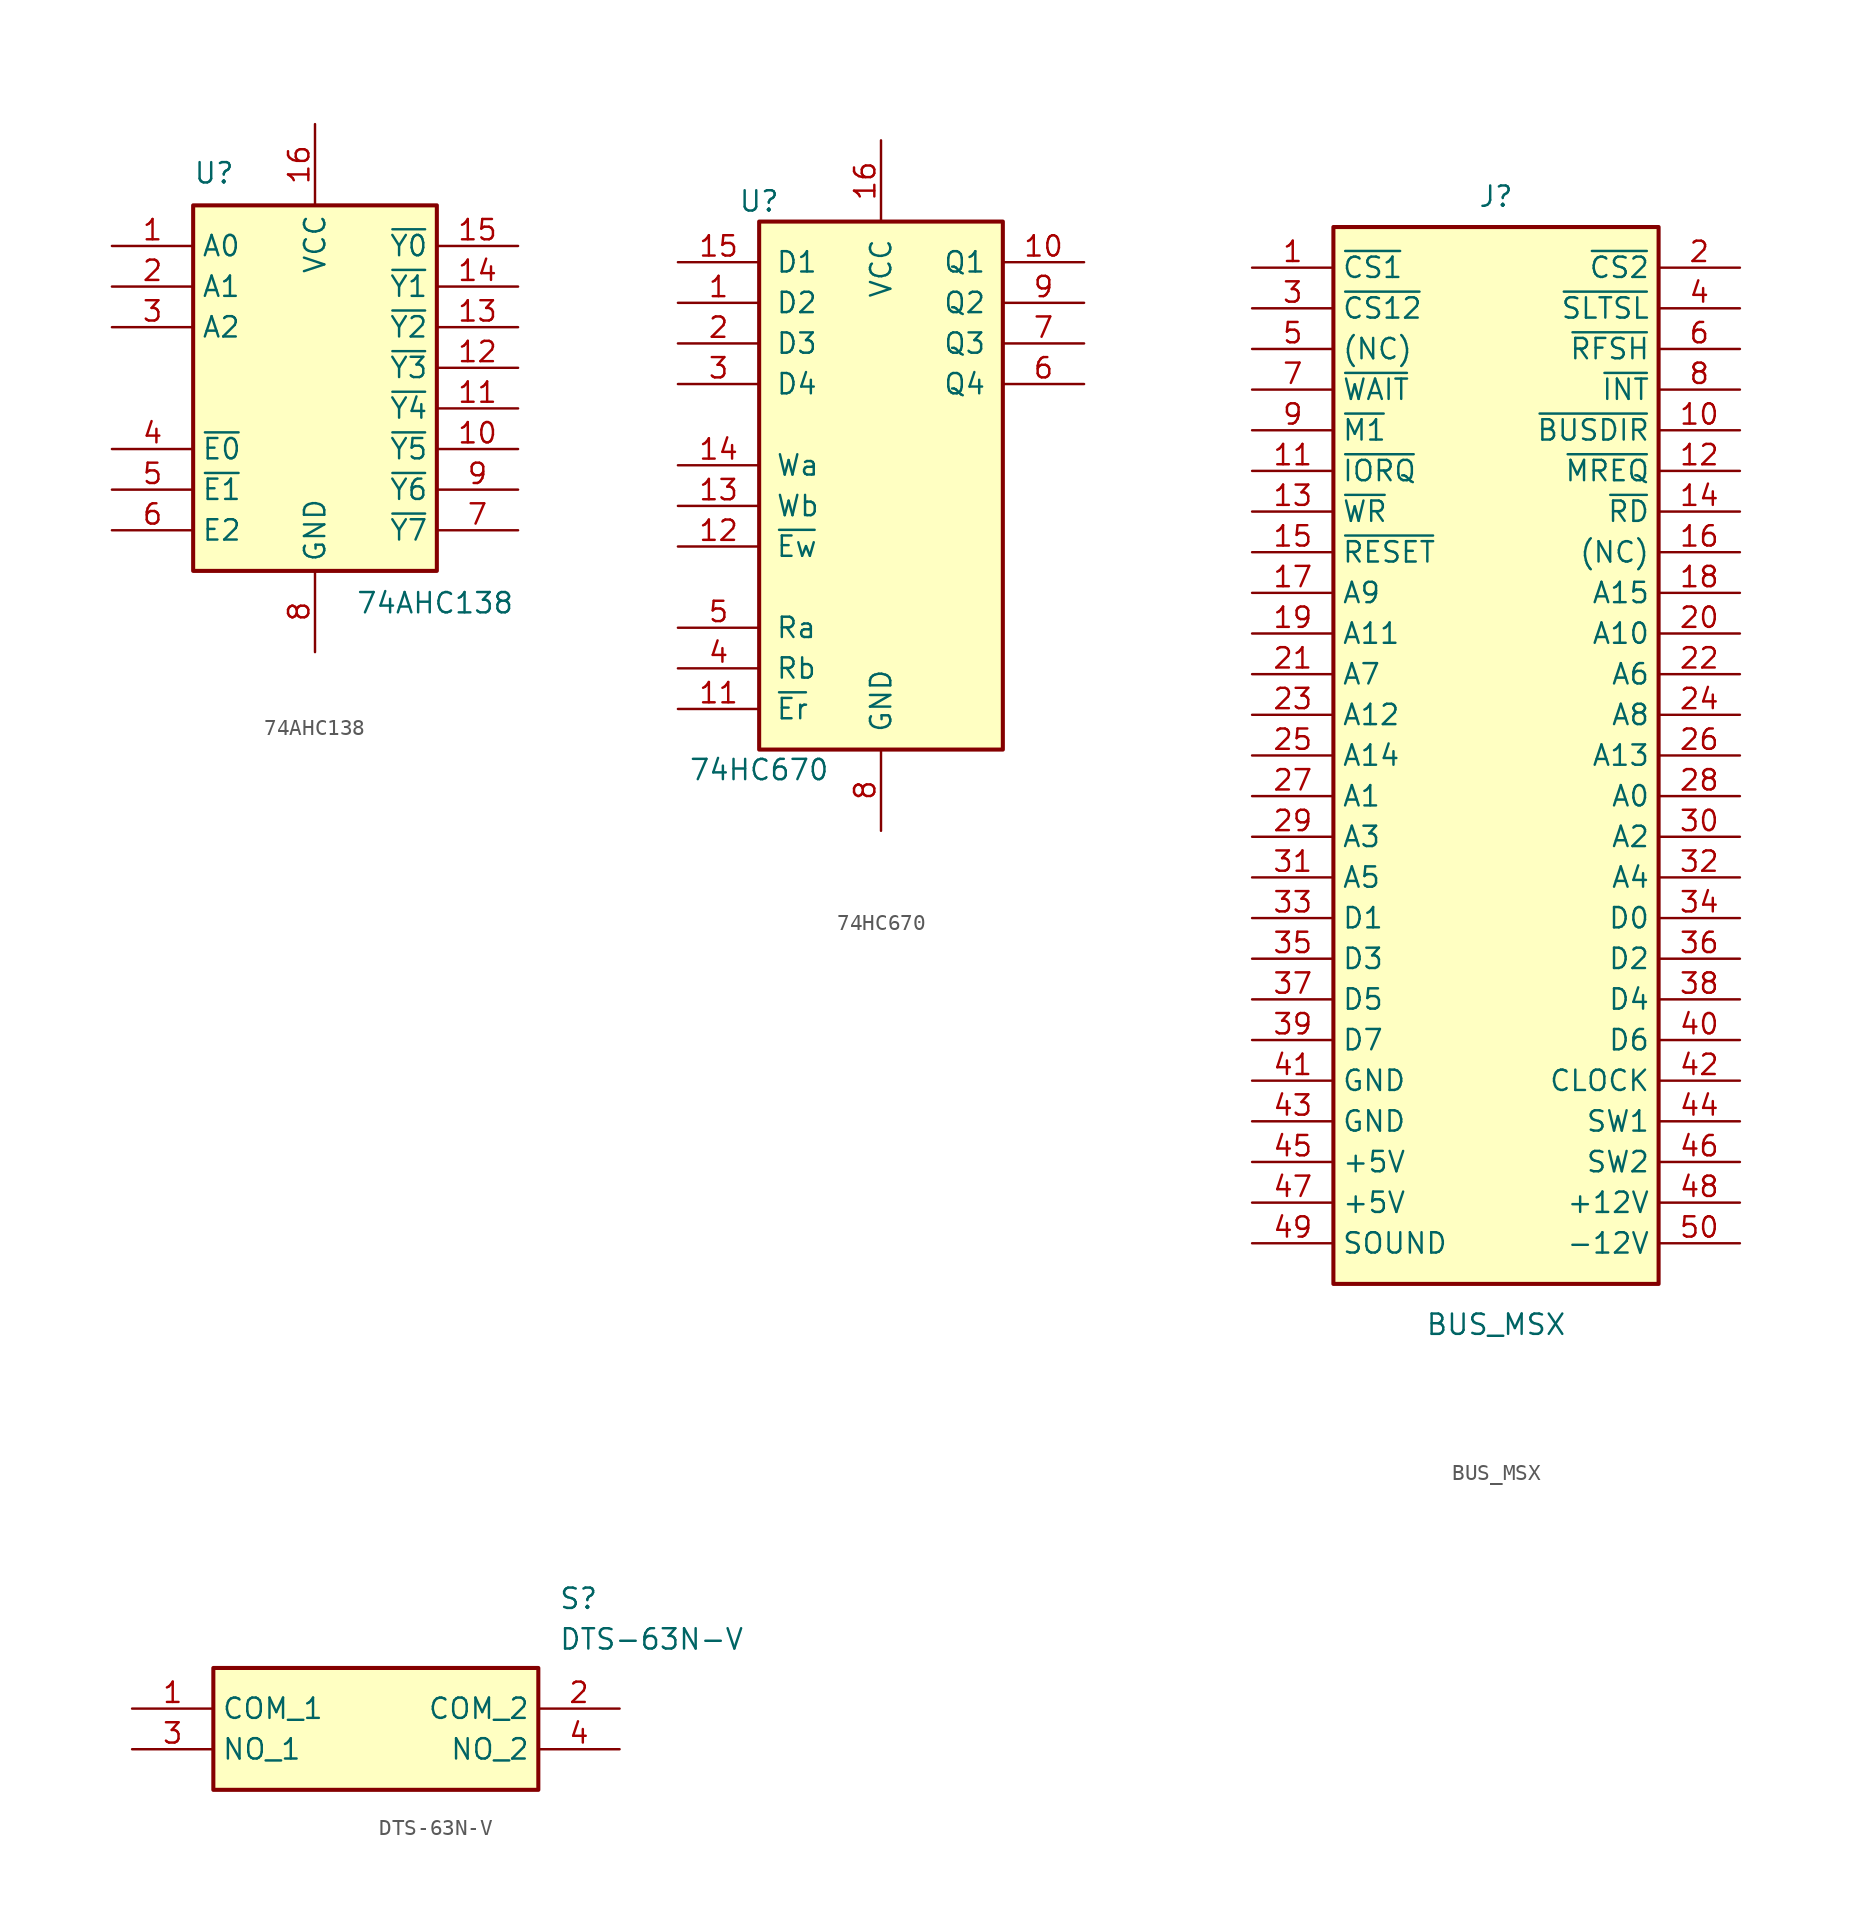
<source format=kicad_sym>
(kicad_symbol_lib
  (version 20220914)
  (generator kicad_symbol_editor)
  (symbol "74AHC138"
    (property "Reference" "U"
      (at -7.62 13.97 0)
      (effects (font (size 1.27 1.27)) (justify left bottom)))
    (property "Value" "74AHC138"
      (at 2.54 -11.43 0)
      (effects (font (size 1.27 1.27)) (justify left top)))
    (symbol "74AHC138_0_1"
      (rectangle (start -7.62 12.7) (end 7.62 -10.16) (stroke (width 0.254) (type default)) (fill (type background))))
    (symbol "74AHC138_1_1"
      (pin input line (at -12.7 10.16 0) (length 5.08) (name "A0" (effects (font (size 1.27 1.27)))) (number "1" (effects (font (size 1.27 1.27)))))
      (pin output line (at 12.7 -2.54 180) (length 5.08) (name "~{Y5}" (effects (font (size 1.27 1.27)))) (number "10" (effects (font (size 1.27 1.27)))))
      (pin output line (at 12.7 0 180) (length 5.08) (name "~{Y4}" (effects (font (size 1.27 1.27)))) (number "11" (effects (font (size 1.27 1.27)))))
      (pin output line (at 12.7 2.54 180) (length 5.08) (name "~{Y3}" (effects (font (size 1.27 1.27)))) (number "12" (effects (font (size 1.27 1.27)))))
      (pin output line (at 12.7 5.08 180) (length 5.08) (name "~{Y2}" (effects (font (size 1.27 1.27)))) (number "13" (effects (font (size 1.27 1.27)))))
      (pin output line (at 12.7 7.62 180) (length 5.08) (name "~{Y1}" (effects (font (size 1.27 1.27)))) (number "14" (effects (font (size 1.27 1.27)))))
      (pin output line (at 12.7 10.16 180) (length 5.08) (name "~{Y0}" (effects (font (size 1.27 1.27)))) (number "15" (effects (font (size 1.27 1.27)))))
      (pin power_in line (at 0 17.78 270) (length 5.08) (name "VCC" (effects (font (size 1.27 1.27)))) (number "16" (effects (font (size 1.27 1.27)))))
      (pin input line (at -12.7 7.62 0) (length 5.08) (name "A1" (effects (font (size 1.27 1.27)))) (number "2" (effects (font (size 1.27 1.27)))))
      (pin input line (at -12.7 5.08 0) (length 5.08) (name "A2" (effects (font (size 1.27 1.27)))) (number "3" (effects (font (size 1.27 1.27)))))
      (pin input line (at -12.7 -2.54 0) (length 5.08) (name "~{E0}" (effects (font (size 1.27 1.27)))) (number "4" (effects (font (size 1.27 1.27)))))
      (pin input line (at -12.7 -5.08 0) (length 5.08) (name "~{E1}" (effects (font (size 1.27 1.27)))) (number "5" (effects (font (size 1.27 1.27)))))
      (pin input line (at -12.7 -7.62 0) (length 5.08) (name "E2" (effects (font (size 1.27 1.27)))) (number "6" (effects (font (size 1.27 1.27)))))
      (pin output line (at 12.7 -7.62 180) (length 5.08) (name "~{Y7}" (effects (font (size 1.27 1.27)))) (number "7" (effects (font (size 1.27 1.27)))))
      (pin power_in line (at 0 -15.24 90) (length 5.08) (name "GND" (effects (font (size 1.27 1.27)))) (number "8" (effects (font (size 1.27 1.27)))))
      (pin output line (at 12.7 -5.08 180) (length 5.08) (name "~{Y6}" (effects (font (size 1.27 1.27)))) (number "9" (effects (font (size 1.27 1.27)))))))
  (symbol "74HC670"
    (pin_names
      (offset 1.016))
    (property "Reference" "U"
      (at -7.62 16.51 0)
      (effects (font (size 1.27 1.27))))
    (property "Value" "74HC670"
      (at -7.62 -19.05 0)
      (effects (font (size 1.27 1.27))))
    (symbol "74HC670_1_0"
      (pin input line (at -12.7 10.16 0) (length 5.08) (name "D2" (effects (font (size 1.27 1.27)))) (number "1" (effects (font (size 1.27 1.27)))))
      (pin tri_state line (at 12.7 12.7 180) (length 5.08) (name "Q1" (effects (font (size 1.27 1.27)))) (number "10" (effects (font (size 1.27 1.27)))))
      (pin input line (at -12.7 -15.24 0) (length 5.08) (name "~{Er}" (effects (font (size 1.27 1.27)))) (number "11" (effects (font (size 1.27 1.27)))))
      (pin input line (at -12.7 -5.08 0) (length 5.08) (name "~{Ew}" (effects (font (size 1.27 1.27)))) (number "12" (effects (font (size 1.27 1.27)))))
      (pin input line (at -12.7 -2.54 0) (length 5.08) (name "Wb" (effects (font (size 1.27 1.27)))) (number "13" (effects (font (size 1.27 1.27)))))
      (pin input line (at -12.7 0 0) (length 5.08) (name "Wa" (effects (font (size 1.27 1.27)))) (number "14" (effects (font (size 1.27 1.27)))))
      (pin input line (at -12.7 12.7 0) (length 5.08) (name "D1" (effects (font (size 1.27 1.27)))) (number "15" (effects (font (size 1.27 1.27)))))
      (pin power_in line (at 0 20.32 270) (length 5.08) (name "VCC" (effects (font (size 1.27 1.27)))) (number "16" (effects (font (size 1.27 1.27)))))
      (pin input line (at -12.7 7.62 0) (length 5.08) (name "D3" (effects (font (size 1.27 1.27)))) (number "2" (effects (font (size 1.27 1.27)))))
      (pin input line (at -12.7 5.08 0) (length 5.08) (name "D4" (effects (font (size 1.27 1.27)))) (number "3" (effects (font (size 1.27 1.27)))))
      (pin input line (at -12.7 -12.7 0) (length 5.08) (name "Rb" (effects (font (size 1.27 1.27)))) (number "4" (effects (font (size 1.27 1.27)))))
      (pin input line (at -12.7 -10.16 0) (length 5.08) (name "Ra" (effects (font (size 1.27 1.27)))) (number "5" (effects (font (size 1.27 1.27)))))
      (pin tri_state line (at 12.7 5.08 180) (length 5.08) (name "Q4" (effects (font (size 1.27 1.27)))) (number "6" (effects (font (size 1.27 1.27)))))
      (pin tri_state line (at 12.7 7.62 180) (length 5.08) (name "Q3" (effects (font (size 1.27 1.27)))) (number "7" (effects (font (size 1.27 1.27)))))
      (pin power_in line (at 0 -22.86 90) (length 5.08) (name "GND" (effects (font (size 1.27 1.27)))) (number "8" (effects (font (size 1.27 1.27)))))
      (pin tri_state line (at 12.7 10.16 180) (length 5.08) (name "Q2" (effects (font (size 1.27 1.27)))) (number "9" (effects (font (size 1.27 1.27))))))
    (symbol "74HC670_1_1"
      (rectangle (start -7.62 15.24) (end 7.62 -17.78) (stroke (width 0.254) (type default)) (fill (type background)))))
  (symbol "BUS_MSX"
    (property "Reference" "J"
      (at 0 42.545 0)
      (effects (font (size 1.27 1.27))))
    (property "Value" "BUS_MSX"
      (at 0 -27.94 0)
      (effects (font (size 1.27 1.27))))
    (symbol "BUS_MSX_0_1"
      (rectangle (start -10.16 40.64) (end 10.16 -25.4) (stroke (width 0.254) (type default)) (fill (type background))))
    (symbol "BUS_MSX_1_1"
      (pin passive line (at -15.24 38.1 0) (length 5.08) (name "~{CS1}" (effects (font (size 1.27 1.27)))) (number "1" (effects (font (size 1.27 1.27)))))
      (pin passive line (at 15.24 27.94 180) (length 5.08) (name "~{BUSDIR}" (effects (font (size 1.27 1.27)))) (number "10" (effects (font (size 1.27 1.27)))))
      (pin passive line (at -15.24 25.4 0) (length 5.08) (name "~{IORQ}" (effects (font (size 1.27 1.27)))) (number "11" (effects (font (size 1.27 1.27)))))
      (pin passive line (at 15.24 25.4 180) (length 5.08) (name "~{MREQ}" (effects (font (size 1.27 1.27)))) (number "12" (effects (font (size 1.27 1.27)))))
      (pin passive line (at -15.24 22.86 0) (length 5.08) (name "~{WR}" (effects (font (size 1.27 1.27)))) (number "13" (effects (font (size 1.27 1.27)))))
      (pin passive line (at 15.24 22.86 180) (length 5.08) (name "~{RD}" (effects (font (size 1.27 1.27)))) (number "14" (effects (font (size 1.27 1.27)))))
      (pin passive line (at -15.24 20.32 0) (length 5.08) (name "~{RESET}" (effects (font (size 1.27 1.27)))) (number "15" (effects (font (size 1.27 1.27)))))
      (pin passive line (at 15.24 20.32 180) (length 5.08) (name "(NC)" (effects (font (size 1.27 1.27)))) (number "16" (effects (font (size 1.27 1.27)))))
      (pin passive line (at -15.24 17.78 0) (length 5.08) (name "A9" (effects (font (size 1.27 1.27)))) (number "17" (effects (font (size 1.27 1.27)))))
      (pin passive line (at 15.24 17.78 180) (length 5.08) (name "A15" (effects (font (size 1.27 1.27)))) (number "18" (effects (font (size 1.27 1.27)))))
      (pin passive line (at -15.24 15.24 0) (length 5.08) (name "A11" (effects (font (size 1.27 1.27)))) (number "19" (effects (font (size 1.27 1.27)))))
      (pin passive line (at 15.24 38.1 180) (length 5.08) (name "~{CS2}" (effects (font (size 1.27 1.27)))) (number "2" (effects (font (size 1.27 1.27)))))
      (pin passive line (at 15.24 15.24 180) (length 5.08) (name "A10" (effects (font (size 1.27 1.27)))) (number "20" (effects (font (size 1.27 1.27)))))
      (pin passive line (at -15.24 12.7 0) (length 5.08) (name "A7" (effects (font (size 1.27 1.27)))) (number "21" (effects (font (size 1.27 1.27)))))
      (pin passive line (at 15.24 12.7 180) (length 5.08) (name "A6" (effects (font (size 1.27 1.27)))) (number "22" (effects (font (size 1.27 1.27)))))
      (pin passive line (at -15.24 10.16 0) (length 5.08) (name "A12" (effects (font (size 1.27 1.27)))) (number "23" (effects (font (size 1.27 1.27)))))
      (pin passive line (at 15.24 10.16 180) (length 5.08) (name "A8" (effects (font (size 1.27 1.27)))) (number "24" (effects (font (size 1.27 1.27)))))
      (pin passive line (at -15.24 7.62 0) (length 5.08) (name "A14" (effects (font (size 1.27 1.27)))) (number "25" (effects (font (size 1.27 1.27)))))
      (pin passive line (at 15.24 7.62 180) (length 5.08) (name "A13" (effects (font (size 1.27 1.27)))) (number "26" (effects (font (size 1.27 1.27)))))
      (pin passive line (at -15.24 5.08 0) (length 5.08) (name "A1" (effects (font (size 1.27 1.27)))) (number "27" (effects (font (size 1.27 1.27)))))
      (pin passive line (at 15.24 5.08 180) (length 5.08) (name "A0" (effects (font (size 1.27 1.27)))) (number "28" (effects (font (size 1.27 1.27)))))
      (pin passive line (at -15.24 2.54 0) (length 5.08) (name "A3" (effects (font (size 1.27 1.27)))) (number "29" (effects (font (size 1.27 1.27)))))
      (pin passive line (at -15.24 35.56 0) (length 5.08) (name "~{CS12}" (effects (font (size 1.27 1.27)))) (number "3" (effects (font (size 1.27 1.27)))))
      (pin passive line (at 15.24 2.54 180) (length 5.08) (name "A2" (effects (font (size 1.27 1.27)))) (number "30" (effects (font (size 1.27 1.27)))))
      (pin passive line (at -15.24 0 0) (length 5.08) (name "A5" (effects (font (size 1.27 1.27)))) (number "31" (effects (font (size 1.27 1.27)))))
      (pin passive line (at 15.24 0 180) (length 5.08) (name "A4" (effects (font (size 1.27 1.27)))) (number "32" (effects (font (size 1.27 1.27)))))
      (pin passive line (at -15.24 -2.54 0) (length 5.08) (name "D1" (effects (font (size 1.27 1.27)))) (number "33" (effects (font (size 1.27 1.27)))))
      (pin passive line (at 15.24 -2.54 180) (length 5.08) (name "D0" (effects (font (size 1.27 1.27)))) (number "34" (effects (font (size 1.27 1.27)))))
      (pin passive line (at -15.24 -5.08 0) (length 5.08) (name "D3" (effects (font (size 1.27 1.27)))) (number "35" (effects (font (size 1.27 1.27)))))
      (pin passive line (at 15.24 -5.08 180) (length 5.08) (name "D2" (effects (font (size 1.27 1.27)))) (number "36" (effects (font (size 1.27 1.27)))))
      (pin passive line (at -15.24 -7.62 0) (length 5.08) (name "D5" (effects (font (size 1.27 1.27)))) (number "37" (effects (font (size 1.27 1.27)))))
      (pin passive line (at 15.24 -7.62 180) (length 5.08) (name "D4" (effects (font (size 1.27 1.27)))) (number "38" (effects (font (size 1.27 1.27)))))
      (pin passive line (at -15.24 -10.16 0) (length 5.08) (name "D7" (effects (font (size 1.27 1.27)))) (number "39" (effects (font (size 1.27 1.27)))))
      (pin passive line (at 15.24 35.56 180) (length 5.08) (name "~{SLTSL}" (effects (font (size 1.27 1.27)))) (number "4" (effects (font (size 1.27 1.27)))))
      (pin passive line (at 15.24 -10.16 180) (length 5.08) (name "D6" (effects (font (size 1.27 1.27)))) (number "40" (effects (font (size 1.27 1.27)))))
      (pin passive line (at -15.24 -12.7 0) (length 5.08) (name "GND" (effects (font (size 1.27 1.27)))) (number "41" (effects (font (size 1.27 1.27)))))
      (pin passive line (at 15.24 -12.7 180) (length 5.08) (name "CLOCK" (effects (font (size 1.27 1.27)))) (number "42" (effects (font (size 1.27 1.27)))))
      (pin passive line (at -15.24 -15.24 0) (length 5.08) (name "GND" (effects (font (size 1.27 1.27)))) (number "43" (effects (font (size 1.27 1.27)))))
      (pin passive line (at 15.24 -15.24 180) (length 5.08) (name "SW1" (effects (font (size 1.27 1.27)))) (number "44" (effects (font (size 1.27 1.27)))))
      (pin passive line (at -15.24 -17.78 0) (length 5.08) (name "+5V" (effects (font (size 1.27 1.27)))) (number "45" (effects (font (size 1.27 1.27)))))
      (pin passive line (at 15.24 -17.78 180) (length 5.08) (name "SW2" (effects (font (size 1.27 1.27)))) (number "46" (effects (font (size 1.27 1.27)))))
      (pin passive line (at -15.24 -20.32 0) (length 5.08) (name "+5V" (effects (font (size 1.27 1.27)))) (number "47" (effects (font (size 1.27 1.27)))))
      (pin passive line (at 15.24 -20.32 180) (length 5.08) (name "+12V" (effects (font (size 1.27 1.27)))) (number "48" (effects (font (size 1.27 1.27)))))
      (pin passive line (at -15.24 -22.86 0) (length 5.08) (name "SOUND" (effects (font (size 1.27 1.27)))) (number "49" (effects (font (size 1.27 1.27)))))
      (pin passive line (at -15.24 33.02 0) (length 5.08) (name "(NC)" (effects (font (size 1.27 1.27)))) (number "5" (effects (font (size 1.27 1.27)))))
      (pin passive line (at 15.24 -22.86 180) (length 5.08) (name "-12V" (effects (font (size 1.27 1.27)))) (number "50" (effects (font (size 1.27 1.27)))))
      (pin passive line (at 15.24 33.02 180) (length 5.08) (name "~{RFSH}" (effects (font (size 1.27 1.27)))) (number "6" (effects (font (size 1.27 1.27)))))
      (pin passive line (at -15.24 30.48 0) (length 5.08) (name "~{WAIT}" (effects (font (size 1.27 1.27)))) (number "7" (effects (font (size 1.27 1.27)))))
      (pin passive line (at 15.24 30.48 180) (length 5.08) (name "~{INT}" (effects (font (size 1.27 1.27)))) (number "8" (effects (font (size 1.27 1.27)))))
      (pin passive line (at -15.24 27.94 0) (length 5.08) (name "~{M1}" (effects (font (size 1.27 1.27)))) (number "9" (effects (font (size 1.27 1.27)))))))
  (symbol "DTS-63N-V"
    (property "Reference" "S"
      (at 26.67 7.62 0)
      (effects (font (size 1.27 1.27)) (justify left top)))
    (property "Value" "DTS-63N-V"
      (at 26.67 5.08 0)
      (effects (font (size 1.27 1.27)) (justify left top)))
    (symbol "DTS-63N-V_1_1"
      (rectangle (start 5.08 2.54) (end 25.4 -5.08) (stroke (width 0.254) (type default)) (fill (type background)))
      (pin passive line (at 0 0 0) (length 5.08) (name "COM_1" (effects (font (size 1.27 1.27)))) (number "1" (effects (font (size 1.27 1.27)))))
      (pin passive line (at 30.48 0 180) (length 5.08) (name "COM_2" (effects (font (size 1.27 1.27)))) (number "2" (effects (font (size 1.27 1.27)))))
      (pin passive line (at 0 -2.54 0) (length 5.08) (name "NO_1" (effects (font (size 1.27 1.27)))) (number "3" (effects (font (size 1.27 1.27)))))
      (pin passive line (at 30.48 -2.54 180) (length 5.08) (name "NO_2" (effects (font (size 1.27 1.27)))) (number "4" (effects (font (size 1.27 1.27))))))))
</source>
